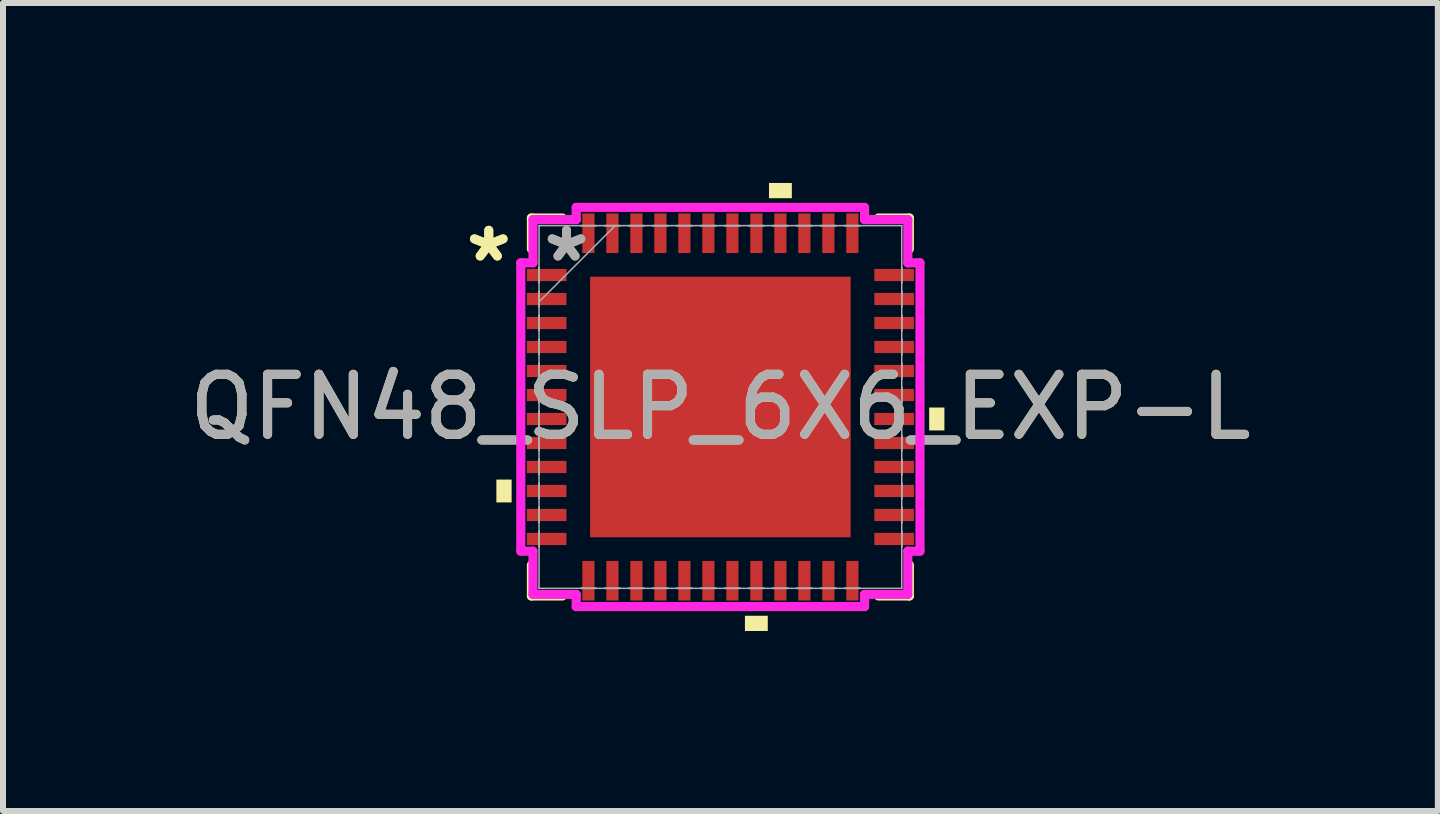
<source format=kicad_pcb>
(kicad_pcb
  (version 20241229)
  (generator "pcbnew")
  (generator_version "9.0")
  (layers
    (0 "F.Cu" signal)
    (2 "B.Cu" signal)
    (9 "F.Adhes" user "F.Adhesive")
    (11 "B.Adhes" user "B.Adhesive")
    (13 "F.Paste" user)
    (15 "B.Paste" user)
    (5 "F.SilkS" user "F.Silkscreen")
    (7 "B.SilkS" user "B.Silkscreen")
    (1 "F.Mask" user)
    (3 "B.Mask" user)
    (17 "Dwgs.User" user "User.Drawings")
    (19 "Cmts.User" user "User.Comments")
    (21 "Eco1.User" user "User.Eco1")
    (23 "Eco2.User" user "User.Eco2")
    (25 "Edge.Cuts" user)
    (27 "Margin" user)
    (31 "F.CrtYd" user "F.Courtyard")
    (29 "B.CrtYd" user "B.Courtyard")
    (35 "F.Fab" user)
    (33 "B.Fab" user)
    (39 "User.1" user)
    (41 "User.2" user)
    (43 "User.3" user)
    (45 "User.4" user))
  (footprint "QFN48_SLP_6X6_EXP-L"
    (layer "F.Cu")
    (at 8.958 3.734)
    (property "Reference" "QFN48_SLP_6X6_EXP-L" (at 0 0 0) (unlocked yes) (layer "F.SilkS") (effects (font (size 1 1) (thickness 0.15))))
    (attr smd)
    (fp_line (start -3.15 -3.15) (end -3.15 -2.634) (stroke (width 0.152) (type solid)) (layer "F.SilkS"))
    (fp_line (start -3.15 2.634) (end -3.15 3.15) (stroke (width 0.152) (type solid)) (layer "F.SilkS"))
    (fp_line (start -3.15 3.15) (end -2.634 3.15) (stroke (width 0.152) (type solid)) (layer "F.SilkS"))
    (fp_line (start -2.634 -3.15) (end -3.15 -3.15) (stroke (width 0.152) (type solid)) (layer "F.SilkS"))
    (fp_line (start 2.634 3.15) (end 3.15 3.15) (stroke (width 0.152) (type solid)) (layer "F.SilkS"))
    (fp_line (start 3.15 -3.15) (end 2.634 -3.15) (stroke (width 0.152) (type solid)) (layer "F.SilkS"))
    (fp_line (start 3.15 -2.634) (end 3.15 -3.15) (stroke (width 0.152) (type solid)) (layer "F.SilkS"))
    (fp_line (start 3.15 3.15) (end 3.15 2.634) (stroke (width 0.152) (type solid)) (layer "F.SilkS"))
    (fp_poly (pts (xy -3.734 1.21) (xy -3.734 1.591) (xy -3.48 1.591) (xy -3.48 1.21)) (stroke (width 0) (type solid)) (fill yes) (layer "F.SilkS"))
    (fp_poly (pts (xy 0.409 3.48) (xy 0.409 3.734) (xy 0.79 3.734) (xy 0.79 3.48)) (stroke (width 0) (type solid)) (fill yes) (layer "F.SilkS"))
    (fp_poly (pts (xy 0.81 -3.48) (xy 0.81 -3.734) (xy 1.191 -3.734) (xy 1.191 -3.48)) (stroke (width 0) (type solid)) (fill yes) (layer "F.SilkS"))
    (fp_poly (pts (xy 3.734 0.009) (xy 3.734 0.391) (xy 3.48 0.391) (xy 3.48 0.009)) (stroke (width 0) (type solid)) (fill yes) (layer "F.SilkS"))
    (fp_poly (pts (xy -2.072 -2.072) (xy -2.072 -0.824) (xy -0.824 -0.824) (xy -0.824 -2.072)) (stroke (width 0) (type solid)) (fill yes) (layer "F.Paste"))
    (fp_poly (pts (xy -2.072 -0.624) (xy -2.072 0.624) (xy -0.824 0.624) (xy -0.824 -0.624)) (stroke (width 0) (type solid)) (fill yes) (layer "F.Paste"))
    (fp_poly (pts (xy -2.072 0.824) (xy -2.072 2.072) (xy -0.824 2.072) (xy -0.824 0.824)) (stroke (width 0) (type solid)) (fill yes) (layer "F.Paste"))
    (fp_poly (pts (xy -0.624 -2.072) (xy -0.624 -0.824) (xy 0.624 -0.824) (xy 0.624 -2.072)) (stroke (width 0) (type solid)) (fill yes) (layer "F.Paste"))
    (fp_poly (pts (xy -0.624 -0.624) (xy -0.624 0.624) (xy 0.624 0.624) (xy 0.624 -0.624)) (stroke (width 0) (type solid)) (fill yes) (layer "F.Paste"))
    (fp_poly (pts (xy -0.624 0.824) (xy -0.624 2.072) (xy 0.624 2.072) (xy 0.624 0.824)) (stroke (width 0) (type solid)) (fill yes) (layer "F.Paste"))
    (fp_poly (pts (xy 0.824 -2.072) (xy 0.824 -0.824) (xy 2.072 -0.824) (xy 2.072 -2.072)) (stroke (width 0) (type solid)) (fill yes) (layer "F.Paste"))
    (fp_poly (pts (xy 0.824 -0.624) (xy 0.824 0.624) (xy 2.072 0.624) (xy 2.072 -0.624)) (stroke (width 0) (type solid)) (fill yes) (layer "F.Paste"))
    (fp_poly (pts (xy 0.824 0.824) (xy 0.824 2.072) (xy 2.072 2.072) (xy 2.072 0.824)) (stroke (width 0) (type solid)) (fill yes) (layer "F.Paste"))
    (fp_line (start -3.327 -2.403) (end -3.124 -2.403) (stroke (width 0.152) (type solid)) (layer "F.CrtYd"))
    (fp_line (start -3.327 2.403) (end -3.327 -2.403) (stroke (width 0.152) (type solid)) (layer "F.CrtYd"))
    (fp_line (start -3.124 -3.124) (end -2.403 -3.124) (stroke (width 0.152) (type solid)) (layer "F.CrtYd"))
    (fp_line (start -3.124 -2.403) (end -3.124 -3.124) (stroke (width 0.152) (type solid)) (layer "F.CrtYd"))
    (fp_line (start -3.124 2.403) (end -3.327 2.403) (stroke (width 0.152) (type solid)) (layer "F.CrtYd"))
    (fp_line (start -3.124 3.124) (end -3.124 2.403) (stroke (width 0.152) (type solid)) (layer "F.CrtYd"))
    (fp_line (start -2.403 -3.327) (end 2.403 -3.327) (stroke (width 0.152) (type solid)) (layer "F.CrtYd"))
    (fp_line (start -2.403 -3.124) (end -2.403 -3.327) (stroke (width 0.152) (type solid)) (layer "F.CrtYd"))
    (fp_line (start -2.403 3.124) (end -3.124 3.124) (stroke (width 0.152) (type solid)) (layer "F.CrtYd"))
    (fp_line (start -2.403 3.327) (end -2.403 3.124) (stroke (width 0.152) (type solid)) (layer "F.CrtYd"))
    (fp_line (start 2.403 -3.327) (end 2.403 -3.124) (stroke (width 0.152) (type solid)) (layer "F.CrtYd"))
    (fp_line (start 2.403 -3.124) (end 3.124 -3.124) (stroke (width 0.152) (type solid)) (layer "F.CrtYd"))
    (fp_line (start 2.403 3.124) (end 2.403 3.327) (stroke (width 0.152) (type solid)) (layer "F.CrtYd"))
    (fp_line (start 2.403 3.327) (end -2.403 3.327) (stroke (width 0.152) (type solid)) (layer "F.CrtYd"))
    (fp_line (start 3.124 -3.124) (end 3.124 -2.403) (stroke (width 0.152) (type solid)) (layer "F.CrtYd"))
    (fp_line (start 3.124 -2.403) (end 3.327 -2.403) (stroke (width 0.152) (type solid)) (layer "F.CrtYd"))
    (fp_line (start 3.124 2.403) (end 3.124 3.124) (stroke (width 0.152) (type solid)) (layer "F.CrtYd"))
    (fp_line (start 3.124 3.124) (end 2.403 3.124) (stroke (width 0.152) (type solid)) (layer "F.CrtYd"))
    (fp_line (start 3.327 -2.403) (end 3.327 2.403) (stroke (width 0.152) (type solid)) (layer "F.CrtYd"))
    (fp_line (start 3.327 2.403) (end 3.124 2.403) (stroke (width 0.152) (type solid)) (layer "F.CrtYd"))
    (fp_line (start -3.023 -3.023) (end -3.023 -3.023) (stroke (width 0.025) (type solid)) (layer "F.Fab"))
    (fp_line (start -3.023 -3.023) (end -3.023 3.023) (stroke (width 0.025) (type solid)) (layer "F.Fab"))
    (fp_line (start -3.023 -2.327) (end -3.023 -2.327) (stroke (width 0.025) (type solid)) (layer "F.Fab"))
    (fp_line (start -3.023 -2.327) (end -3.023 -2.073) (stroke (width 0.025) (type solid)) (layer "F.Fab"))
    (fp_line (start -3.023 -2.073) (end -3.023 -2.327) (stroke (width 0.025) (type solid)) (layer "F.Fab"))
    (fp_line (start -3.023 -2.073) (end -3.023 -2.073) (stroke (width 0.025) (type solid)) (layer "F.Fab"))
    (fp_line (start -3.023 -1.927) (end -3.023 -1.927) (stroke (width 0.025) (type solid)) (layer "F.Fab"))
    (fp_line (start -3.023 -1.927) (end -3.023 -1.673) (stroke (width 0.025) (type solid)) (layer "F.Fab"))
    (fp_line (start -3.023 -1.753) (end -1.753 -3.023) (stroke (width 0.025) (type solid)) (layer "F.Fab"))
    (fp_line (start -3.023 -1.673) (end -3.023 -1.927) (stroke (width 0.025) (type solid)) (layer "F.Fab"))
    (fp_line (start -3.023 -1.673) (end -3.023 -1.673) (stroke (width 0.025) (type solid)) (layer "F.Fab"))
    (fp_line (start -3.023 -1.527) (end -3.023 -1.527) (stroke (width 0.025) (type solid)) (layer "F.Fab"))
    (fp_line (start -3.023 -1.527) (end -3.023 -1.273) (stroke (width 0.025) (type solid)) (layer "F.Fab"))
    (fp_line (start -3.023 -1.273) (end -3.023 -1.527) (stroke (width 0.025) (type solid)) (layer "F.Fab"))
    (fp_line (start -3.023 -1.273) (end -3.023 -1.273) (stroke (width 0.025) (type solid)) (layer "F.Fab"))
    (fp_line (start -3.023 -1.127) (end -3.023 -1.127) (stroke (width 0.025) (type solid)) (layer "F.Fab"))
    (fp_line (start -3.023 -1.127) (end -3.023 -0.873) (stroke (width 0.025) (type solid)) (layer "F.Fab"))
    (fp_line (start -3.023 -0.873) (end -3.023 -1.127) (stroke (width 0.025) (type solid)) (layer "F.Fab"))
    (fp_line (start -3.023 -0.873) (end -3.023 -0.873) (stroke (width 0.025) (type solid)) (layer "F.Fab"))
    (fp_line (start -3.023 -0.727) (end -3.023 -0.727) (stroke (width 0.025) (type solid)) (layer "F.Fab"))
    (fp_line (start -3.023 -0.727) (end -3.023 -0.473) (stroke (width 0.025) (type solid)) (layer "F.Fab"))
    (fp_line (start -3.023 -0.473) (end -3.023 -0.727) (stroke (width 0.025) (type solid)) (layer "F.Fab"))
    (fp_line (start -3.023 -0.473) (end -3.023 -0.473) (stroke (width 0.025) (type solid)) (layer "F.Fab"))
    (fp_line (start -3.023 -0.327) (end -3.023 -0.327) (stroke (width 0.025) (type solid)) (layer "F.Fab"))
    (fp_line (start -3.023 -0.327) (end -3.023 -0.073) (stroke (width 0.025) (type solid)) (layer "F.Fab"))
    (fp_line (start -3.023 -0.073) (end -3.023 -0.327) (stroke (width 0.025) (type solid)) (layer "F.Fab"))
    (fp_line (start -3.023 -0.073) (end -3.023 -0.073) (stroke (width 0.025) (type solid)) (layer "F.Fab"))
    (fp_line (start -3.023 0.073) (end -3.023 0.073) (stroke (width 0.025) (type solid)) (layer "F.Fab"))
    (fp_line (start -3.023 0.073) (end -3.023 0.327) (stroke (width 0.025) (type solid)) (layer "F.Fab"))
    (fp_line (start -3.023 0.327) (end -3.023 0.073) (stroke (width 0.025) (type solid)) (layer "F.Fab"))
    (fp_line (start -3.023 0.327) (end -3.023 0.327) (stroke (width 0.025) (type solid)) (layer "F.Fab"))
    (fp_line (start -3.023 0.473) (end -3.023 0.473) (stroke (width 0.025) (type solid)) (layer "F.Fab"))
    (fp_line (start -3.023 0.473) (end -3.023 0.727) (stroke (width 0.025) (type solid)) (layer "F.Fab"))
    (fp_line (start -3.023 0.727) (end -3.023 0.473) (stroke (width 0.025) (type solid)) (layer "F.Fab"))
    (fp_line (start -3.023 0.727) (end -3.023 0.727) (stroke (width 0.025) (type solid)) (layer "F.Fab"))
    (fp_line (start -3.023 0.873) (end -3.023 0.873) (stroke (width 0.025) (type solid)) (layer "F.Fab"))
    (fp_line (start -3.023 0.873) (end -3.023 1.127) (stroke (width 0.025) (type solid)) (layer "F.Fab"))
    (fp_line (start -3.023 1.127) (end -3.023 0.873) (stroke (width 0.025) (type solid)) (layer "F.Fab"))
    (fp_line (start -3.023 1.127) (end -3.023 1.127) (stroke (width 0.025) (type solid)) (layer "F.Fab"))
    (fp_line (start -3.023 1.273) (end -3.023 1.273) (stroke (width 0.025) (type solid)) (layer "F.Fab"))
    (fp_line (start -3.023 1.273) (end -3.023 1.527) (stroke (width 0.025) (type solid)) (layer "F.Fab"))
    (fp_line (start -3.023 1.527) (end -3.023 1.273) (stroke (width 0.025) (type solid)) (layer "F.Fab"))
    (fp_line (start -3.023 1.527) (end -3.023 1.527) (stroke (width 0.025) (type solid)) (layer "F.Fab"))
    (fp_line (start -3.023 1.673) (end -3.023 1.673) (stroke (width 0.025) (type solid)) (layer "F.Fab"))
    (fp_line (start -3.023 1.673) (end -3.023 1.927) (stroke (width 0.025) (type solid)) (layer "F.Fab"))
    (fp_line (start -3.023 1.927) (end -3.023 1.673) (stroke (width 0.025) (type solid)) (layer "F.Fab"))
    (fp_line (start -3.023 1.927) (end -3.023 1.927) (stroke (width 0.025) (type solid)) (layer "F.Fab"))
    (fp_line (start -3.023 2.073) (end -3.023 2.073) (stroke (width 0.025) (type solid)) (layer "F.Fab"))
    (fp_line (start -3.023 2.073) (end -3.023 2.327) (stroke (width 0.025) (type solid)) (layer "F.Fab"))
    (fp_line (start -3.023 2.327) (end -3.023 2.073) (stroke (width 0.025) (type solid)) (layer "F.Fab"))
    (fp_line (start -3.023 2.327) (end -3.023 2.327) (stroke (width 0.025) (type solid)) (layer "F.Fab"))
    (fp_line (start -3.023 3.023) (end -3.023 3.023) (stroke (width 0.025) (type solid)) (layer "F.Fab"))
    (fp_line (start -3.023 3.023) (end 3.023 3.023) (stroke (width 0.025) (type solid)) (layer "F.Fab"))
    (fp_line (start -2.327 -3.023) (end -2.327 -3.023) (stroke (width 0.025) (type solid)) (layer "F.Fab"))
    (fp_line (start -2.327 -3.023) (end -2.073 -3.023) (stroke (width 0.025) (type solid)) (layer "F.Fab"))
    (fp_line (start -2.327 3.023) (end -2.327 3.023) (stroke (width 0.025) (type solid)) (layer "F.Fab"))
    (fp_line (start -2.327 3.023) (end -2.073 3.023) (stroke (width 0.025) (type solid)) (layer "F.Fab"))
    (fp_line (start -2.073 -3.023) (end -2.327 -3.023) (stroke (width 0.025) (type solid)) (layer "F.Fab"))
    (fp_line (start -2.073 -3.023) (end -2.073 -3.023) (stroke (width 0.025) (type solid)) (layer "F.Fab"))
    (fp_line (start -2.073 3.023) (end -2.327 3.023) (stroke (width 0.025) (type solid)) (layer "F.Fab"))
    (fp_line (start -2.073 3.023) (end -2.073 3.023) (stroke (width 0.025) (type solid)) (layer "F.Fab"))
    (fp_line (start -1.927 -3.023) (end -1.927 -3.023) (stroke (width 0.025) (type solid)) (layer "F.Fab"))
    (fp_line (start -1.927 -3.023) (end -1.673 -3.023) (stroke (width 0.025) (type solid)) (layer "F.Fab"))
    (fp_line (start -1.927 3.023) (end -1.927 3.023) (stroke (width 0.025) (type solid)) (layer "F.Fab"))
    (fp_line (start -1.927 3.023) (end -1.673 3.023) (stroke (width 0.025) (type solid)) (layer "F.Fab"))
    (fp_line (start -1.673 -3.023) (end -1.927 -3.023) (stroke (width 0.025) (type solid)) (layer "F.Fab"))
    (fp_line (start -1.673 -3.023) (end -1.673 -3.023) (stroke (width 0.025) (type solid)) (layer "F.Fab"))
    (fp_line (start -1.673 3.023) (end -1.927 3.023) (stroke (width 0.025) (type solid)) (layer "F.Fab"))
    (fp_line (start -1.673 3.023) (end -1.673 3.023) (stroke (width 0.025) (type solid)) (layer "F.Fab"))
    (fp_line (start -1.527 -3.023) (end -1.527 -3.023) (stroke (width 0.025) (type solid)) (layer "F.Fab"))
    (fp_line (start -1.527 -3.023) (end -1.273 -3.023) (stroke (width 0.025) (type solid)) (layer "F.Fab"))
    (fp_line (start -1.527 3.023) (end -1.527 3.023) (stroke (width 0.025) (type solid)) (layer "F.Fab"))
    (fp_line (start -1.527 3.023) (end -1.273 3.023) (stroke (width 0.025) (type solid)) (layer "F.Fab"))
    (fp_line (start -1.273 -3.023) (end -1.527 -3.023) (stroke (width 0.025) (type solid)) (layer "F.Fab"))
    (fp_line (start -1.273 -3.023) (end -1.273 -3.023) (stroke (width 0.025) (type solid)) (layer "F.Fab"))
    (fp_line (start -1.273 3.023) (end -1.527 3.023) (stroke (width 0.025) (type solid)) (layer "F.Fab"))
    (fp_line (start -1.273 3.023) (end -1.273 3.023) (stroke (width 0.025) (type solid)) (layer "F.Fab"))
    (fp_line (start -1.127 -3.023) (end -1.127 -3.023) (stroke (width 0.025) (type solid)) (layer "F.Fab"))
    (fp_line (start -1.127 -3.023) (end -0.873 -3.023) (stroke (width 0.025) (type solid)) (layer "F.Fab"))
    (fp_line (start -1.127 3.023) (end -1.127 3.023) (stroke (width 0.025) (type solid)) (layer "F.Fab"))
    (fp_line (start -1.127 3.023) (end -0.873 3.023) (stroke (width 0.025) (type solid)) (layer "F.Fab"))
    (fp_line (start -0.873 -3.023) (end -1.127 -3.023) (stroke (width 0.025) (type solid)) (layer "F.Fab"))
    (fp_line (start -0.873 -3.023) (end -0.873 -3.023) (stroke (width 0.025) (type solid)) (layer "F.Fab"))
    (fp_line (start -0.873 3.023) (end -1.127 3.023) (stroke (width 0.025) (type solid)) (layer "F.Fab"))
    (fp_line (start -0.873 3.023) (end -0.873 3.023) (stroke (width 0.025) (type solid)) (layer "F.Fab"))
    (fp_line (start -0.727 -3.023) (end -0.727 -3.023) (stroke (width 0.025) (type solid)) (layer "F.Fab"))
    (fp_line (start -0.727 -3.023) (end -0.473 -3.023) (stroke (width 0.025) (type solid)) (layer "F.Fab"))
    (fp_line (start -0.727 3.023) (end -0.727 3.023) (stroke (width 0.025) (type solid)) (layer "F.Fab"))
    (fp_line (start -0.727 3.023) (end -0.473 3.023) (stroke (width 0.025) (type solid)) (layer "F.Fab"))
    (fp_line (start -0.473 -3.023) (end -0.727 -3.023) (stroke (width 0.025) (type solid)) (layer "F.Fab"))
    (fp_line (start -0.473 -3.023) (end -0.473 -3.023) (stroke (width 0.025) (type solid)) (layer "F.Fab"))
    (fp_line (start -0.473 3.023) (end -0.727 3.023) (stroke (width 0.025) (type solid)) (layer "F.Fab"))
    (fp_line (start -0.473 3.023) (end -0.473 3.023) (stroke (width 0.025) (type solid)) (layer "F.Fab"))
    (fp_line (start -0.327 -3.023) (end -0.327 -3.023) (stroke (width 0.025) (type solid)) (layer "F.Fab"))
    (fp_line (start -0.327 -3.023) (end -0.073 -3.023) (stroke (width 0.025) (type solid)) (layer "F.Fab"))
    (fp_line (start -0.327 3.023) (end -0.327 3.023) (stroke (width 0.025) (type solid)) (layer "F.Fab"))
    (fp_line (start -0.327 3.023) (end -0.073 3.023) (stroke (width 0.025) (type solid)) (layer "F.Fab"))
    (fp_line (start -0.073 -3.023) (end -0.327 -3.023) (stroke (width 0.025) (type solid)) (layer "F.Fab"))
    (fp_line (start -0.073 -3.023) (end -0.073 -3.023) (stroke (width 0.025) (type solid)) (layer "F.Fab"))
    (fp_line (start -0.073 3.023) (end -0.327 3.023) (stroke (width 0.025) (type solid)) (layer "F.Fab"))
    (fp_line (start -0.073 3.023) (end -0.073 3.023) (stroke (width 0.025) (type solid)) (layer "F.Fab"))
    (fp_line (start 0.073 -3.023) (end 0.073 -3.023) (stroke (width 0.025) (type solid)) (layer "F.Fab"))
    (fp_line (start 0.073 -3.023) (end 0.327 -3.023) (stroke (width 0.025) (type solid)) (layer "F.Fab"))
    (fp_line (start 0.073 3.023) (end 0.073 3.023) (stroke (width 0.025) (type solid)) (layer "F.Fab"))
    (fp_line (start 0.073 3.023) (end 0.327 3.023) (stroke (width 0.025) (type solid)) (layer "F.Fab"))
    (fp_line (start 0.327 -3.023) (end 0.073 -3.023) (stroke (width 0.025) (type solid)) (layer "F.Fab"))
    (fp_line (start 0.327 -3.023) (end 0.327 -3.023) (stroke (width 0.025) (type solid)) (layer "F.Fab"))
    (fp_line (start 0.327 3.023) (end 0.073 3.023) (stroke (width 0.025) (type solid)) (layer "F.Fab"))
    (fp_line (start 0.327 3.023) (end 0.327 3.023) (stroke (width 0.025) (type solid)) (layer "F.Fab"))
    (fp_line (start 0.473 -3.023) (end 0.473 -3.023) (stroke (width 0.025) (type solid)) (layer "F.Fab"))
    (fp_line (start 0.473 -3.023) (end 0.727 -3.023) (stroke (width 0.025) (type solid)) (layer "F.Fab"))
    (fp_line (start 0.473 3.023) (end 0.473 3.023) (stroke (width 0.025) (type solid)) (layer "F.Fab"))
    (fp_line (start 0.473 3.023) (end 0.727 3.023) (stroke (width 0.025) (type solid)) (layer "F.Fab"))
    (fp_line (start 0.727 -3.023) (end 0.473 -3.023) (stroke (width 0.025) (type solid)) (layer "F.Fab"))
    (fp_line (start 0.727 -3.023) (end 0.727 -3.023) (stroke (width 0.025) (type solid)) (layer "F.Fab"))
    (fp_line (start 0.727 3.023) (end 0.473 3.023) (stroke (width 0.025) (type solid)) (layer "F.Fab"))
    (fp_line (start 0.727 3.023) (end 0.727 3.023) (stroke (width 0.025) (type solid)) (layer "F.Fab"))
    (fp_line (start 0.873 -3.023) (end 0.873 -3.023) (stroke (width 0.025) (type solid)) (layer "F.Fab"))
    (fp_line (start 0.873 -3.023) (end 1.127 -3.023) (stroke (width 0.025) (type solid)) (layer "F.Fab"))
    (fp_line (start 0.873 3.023) (end 0.873 3.023) (stroke (width 0.025) (type solid)) (layer "F.Fab"))
    (fp_line (start 0.873 3.023) (end 1.127 3.023) (stroke (width 0.025) (type solid)) (layer "F.Fab"))
    (fp_line (start 1.127 -3.023) (end 0.873 -3.023) (stroke (width 0.025) (type solid)) (layer "F.Fab"))
    (fp_line (start 1.127 -3.023) (end 1.127 -3.023) (stroke (width 0.025) (type solid)) (layer "F.Fab"))
    (fp_line (start 1.127 3.023) (end 0.873 3.023) (stroke (width 0.025) (type solid)) (layer "F.Fab"))
    (fp_line (start 1.127 3.023) (end 1.127 3.023) (stroke (width 0.025) (type solid)) (layer "F.Fab"))
    (fp_line (start 1.273 -3.023) (end 1.273 -3.023) (stroke (width 0.025) (type solid)) (layer "F.Fab"))
    (fp_line (start 1.273 -3.023) (end 1.527 -3.023) (stroke (width 0.025) (type solid)) (layer "F.Fab"))
    (fp_line (start 1.273 3.023) (end 1.273 3.023) (stroke (width 0.025) (type solid)) (layer "F.Fab"))
    (fp_line (start 1.273 3.023) (end 1.527 3.023) (stroke (width 0.025) (type solid)) (layer "F.Fab"))
    (fp_line (start 1.527 -3.023) (end 1.273 -3.023) (stroke (width 0.025) (type solid)) (layer "F.Fab"))
    (fp_line (start 1.527 -3.023) (end 1.527 -3.023) (stroke (width 0.025) (type solid)) (layer "F.Fab"))
    (fp_line (start 1.527 3.023) (end 1.273 3.023) (stroke (width 0.025) (type solid)) (layer "F.Fab"))
    (fp_line (start 1.527 3.023) (end 1.527 3.023) (stroke (width 0.025) (type solid)) (layer "F.Fab"))
    (fp_line (start 1.673 -3.023) (end 1.673 -3.023) (stroke (width 0.025) (type solid)) (layer "F.Fab"))
    (fp_line (start 1.673 -3.023) (end 1.927 -3.023) (stroke (width 0.025) (type solid)) (layer "F.Fab"))
    (fp_line (start 1.673 3.023) (end 1.673 3.023) (stroke (width 0.025) (type solid)) (layer "F.Fab"))
    (fp_line (start 1.673 3.023) (end 1.927 3.023) (stroke (width 0.025) (type solid)) (layer "F.Fab"))
    (fp_line (start 1.927 -3.023) (end 1.673 -3.023) (stroke (width 0.025) (type solid)) (layer "F.Fab"))
    (fp_line (start 1.927 -3.023) (end 1.927 -3.023) (stroke (width 0.025) (type solid)) (layer "F.Fab"))
    (fp_line (start 1.927 3.023) (end 1.673 3.023) (stroke (width 0.025) (type solid)) (layer "F.Fab"))
    (fp_line (start 1.927 3.023) (end 1.927 3.023) (stroke (width 0.025) (type solid)) (layer "F.Fab"))
    (fp_line (start 2.073 -3.023) (end 2.073 -3.023) (stroke (width 0.025) (type solid)) (layer "F.Fab"))
    (fp_line (start 2.073 -3.023) (end 2.327 -3.023) (stroke (width 0.025) (type solid)) (layer "F.Fab"))
    (fp_line (start 2.073 3.023) (end 2.073 3.023) (stroke (width 0.025) (type solid)) (layer "F.Fab"))
    (fp_line (start 2.073 3.023) (end 2.327 3.023) (stroke (width 0.025) (type solid)) (layer "F.Fab"))
    (fp_line (start 2.327 -3.023) (end 2.073 -3.023) (stroke (width 0.025) (type solid)) (layer "F.Fab"))
    (fp_line (start 2.327 -3.023) (end 2.327 -3.023) (stroke (width 0.025) (type solid)) (layer "F.Fab"))
    (fp_line (start 2.327 3.023) (end 2.073 3.023) (stroke (width 0.025) (type solid)) (layer "F.Fab"))
    (fp_line (start 2.327 3.023) (end 2.327 3.023) (stroke (width 0.025) (type solid)) (layer "F.Fab"))
    (fp_line (start 3.023 -3.023) (end -3.023 -3.023) (stroke (width 0.025) (type solid)) (layer "F.Fab"))
    (fp_line (start 3.023 -3.023) (end 3.023 -3.023) (stroke (width 0.025) (type solid)) (layer "F.Fab"))
    (fp_line (start 3.023 -2.327) (end 3.023 -2.327) (stroke (width 0.025) (type solid)) (layer "F.Fab"))
    (fp_line (start 3.023 -2.327) (end 3.023 -2.073) (stroke (width 0.025) (type solid)) (layer "F.Fab"))
    (fp_line (start 3.023 -2.073) (end 3.023 -2.327) (stroke (width 0.025) (type solid)) (layer "F.Fab"))
    (fp_line (start 3.023 -2.073) (end 3.023 -2.073) (stroke (width 0.025) (type solid)) (layer "F.Fab"))
    (fp_line (start 3.023 -1.927) (end 3.023 -1.927) (stroke (width 0.025) (type solid)) (layer "F.Fab"))
    (fp_line (start 3.023 -1.927) (end 3.023 -1.673) (stroke (width 0.025) (type solid)) (layer "F.Fab"))
    (fp_line (start 3.023 -1.673) (end 3.023 -1.927) (stroke (width 0.025) (type solid)) (layer "F.Fab"))
    (fp_line (start 3.023 -1.673) (end 3.023 -1.673) (stroke (width 0.025) (type solid)) (layer "F.Fab"))
    (fp_line (start 3.023 -1.527) (end 3.023 -1.527) (stroke (width 0.025) (type solid)) (layer "F.Fab"))
    (fp_line (start 3.023 -1.527) (end 3.023 -1.273) (stroke (width 0.025) (type solid)) (layer "F.Fab"))
    (fp_line (start 3.023 -1.273) (end 3.023 -1.527) (stroke (width 0.025) (type solid)) (layer "F.Fab"))
    (fp_line (start 3.023 -1.273) (end 3.023 -1.273) (stroke (width 0.025) (type solid)) (layer "F.Fab"))
    (fp_line (start 3.023 -1.127) (end 3.023 -1.127) (stroke (width 0.025) (type solid)) (layer "F.Fab"))
    (fp_line (start 3.023 -1.127) (end 3.023 -0.873) (stroke (width 0.025) (type solid)) (layer "F.Fab"))
    (fp_line (start 3.023 -0.873) (end 3.023 -1.127) (stroke (width 0.025) (type solid)) (layer "F.Fab"))
    (fp_line (start 3.023 -0.873) (end 3.023 -0.873) (stroke (width 0.025) (type solid)) (layer "F.Fab"))
    (fp_line (start 3.023 -0.727) (end 3.023 -0.727) (stroke (width 0.025) (type solid)) (layer "F.Fab"))
    (fp_line (start 3.023 -0.727) (end 3.023 -0.473) (stroke (width 0.025) (type solid)) (layer "F.Fab"))
    (fp_line (start 3.023 -0.473) (end 3.023 -0.727) (stroke (width 0.025) (type solid)) (layer "F.Fab"))
    (fp_line (start 3.023 -0.473) (end 3.023 -0.473) (stroke (width 0.025) (type solid)) (layer "F.Fab"))
    (fp_line (start 3.023 -0.327) (end 3.023 -0.327) (stroke (width 0.025) (type solid)) (layer "F.Fab"))
    (fp_line (start 3.023 -0.327) (end 3.023 -0.073) (stroke (width 0.025) (type solid)) (layer "F.Fab"))
    (fp_line (start 3.023 -0.073) (end 3.023 -0.327) (stroke (width 0.025) (type solid)) (layer "F.Fab"))
    (fp_line (start 3.023 -0.073) (end 3.023 -0.073) (stroke (width 0.025) (type solid)) (layer "F.Fab"))
    (fp_line (start 3.023 0.073) (end 3.023 0.073) (stroke (width 0.025) (type solid)) (layer "F.Fab"))
    (fp_line (start 3.023 0.073) (end 3.023 0.327) (stroke (width 0.025) (type solid)) (layer "F.Fab"))
    (fp_line (start 3.023 0.327) (end 3.023 0.073) (stroke (width 0.025) (type solid)) (layer "F.Fab"))
    (fp_line (start 3.023 0.327) (end 3.023 0.327) (stroke (width 0.025) (type solid)) (layer "F.Fab"))
    (fp_line (start 3.023 0.473) (end 3.023 0.473) (stroke (width 0.025) (type solid)) (layer "F.Fab"))
    (fp_line (start 3.023 0.473) (end 3.023 0.727) (stroke (width 0.025) (type solid)) (layer "F.Fab"))
    (fp_line (start 3.023 0.727) (end 3.023 0.473) (stroke (width 0.025) (type solid)) (layer "F.Fab"))
    (fp_line (start 3.023 0.727) (end 3.023 0.727) (stroke (width 0.025) (type solid)) (layer "F.Fab"))
    (fp_line (start 3.023 0.873) (end 3.023 0.873) (stroke (width 0.025) (type solid)) (layer "F.Fab"))
    (fp_line (start 3.023 0.873) (end 3.023 1.127) (stroke (width 0.025) (type solid)) (layer "F.Fab"))
    (fp_line (start 3.023 1.127) (end 3.023 0.873) (stroke (width 0.025) (type solid)) (layer "F.Fab"))
    (fp_line (start 3.023 1.127) (end 3.023 1.127) (stroke (width 0.025) (type solid)) (layer "F.Fab"))
    (fp_line (start 3.023 1.273) (end 3.023 1.273) (stroke (width 0.025) (type solid)) (layer "F.Fab"))
    (fp_line (start 3.023 1.273) (end 3.023 1.527) (stroke (width 0.025) (type solid)) (layer "F.Fab"))
    (fp_line (start 3.023 1.527) (end 3.023 1.273) (stroke (width 0.025) (type solid)) (layer "F.Fab"))
    (fp_line (start 3.023 1.527) (end 3.023 1.527) (stroke (width 0.025) (type solid)) (layer "F.Fab"))
    (fp_line (start 3.023 1.673) (end 3.023 1.673) (stroke (width 0.025) (type solid)) (layer "F.Fab"))
    (fp_line (start 3.023 1.673) (end 3.023 1.927) (stroke (width 0.025) (type solid)) (layer "F.Fab"))
    (fp_line (start 3.023 1.927) (end 3.023 1.673) (stroke (width 0.025) (type solid)) (layer "F.Fab"))
    (fp_line (start 3.023 1.927) (end 3.023 1.927) (stroke (width 0.025) (type solid)) (layer "F.Fab"))
    (fp_line (start 3.023 2.073) (end 3.023 2.073) (stroke (width 0.025) (type solid)) (layer "F.Fab"))
    (fp_line (start 3.023 2.073) (end 3.023 2.327) (stroke (width 0.025) (type solid)) (layer "F.Fab"))
    (fp_line (start 3.023 2.327) (end 3.023 2.073) (stroke (width 0.025) (type solid)) (layer "F.Fab"))
    (fp_line (start 3.023 2.327) (end 3.023 2.327) (stroke (width 0.025) (type solid)) (layer "F.Fab"))
    (fp_line (start 3.023 3.023) (end 3.023 -3.023) (stroke (width 0.025) (type solid)) (layer "F.Fab"))
    (fp_line (start 3.023 3.023) (end 3.023 3.023) (stroke (width 0.025) (type solid)) (layer "F.Fab"))
    (fp_text user "*" (at -3.861 -2.4 0) (layer "F.SilkS") (effects (font (size 1 1) (thickness 0.15))))
    (fp_text user "*" (at -3.861 -2.4 0) (unlocked yes) (layer "F.SilkS") (effects (font (size 1 1) (thickness 0.15))))
    (fp_text user "*" (at -2.565 -2.4 0) (unlocked yes) (layer "F.Fab") (effects (font (size 1 1) (thickness 0.15))))
    (fp_text user "*" (at -2.565 -2.4 0) (layer "F.Fab") (effects (font (size 1 1) (thickness 0.15))))
    (fp_text user "${REFERENCE}" (at 0 0 0) (unlocked yes) (layer "F.Fab") (effects (font (size 1 1) (thickness 0.15))))
    (pad "1" smd rect (at -2.896 -2.2 90) (size 0.203 0.66) (layers "F.Cu" "F.Mask" "F.Paste"))
    (pad "2" smd rect (at -2.896 -1.8 90) (size 0.203 0.66) (layers "F.Cu" "F.Mask" "F.Paste"))
    (pad "3" smd rect (at -2.896 -1.4 90) (size 0.203 0.66) (layers "F.Cu" "F.Mask" "F.Paste"))
    (pad "4" smd rect (at -2.896 -1 90) (size 0.203 0.66) (layers "F.Cu" "F.Mask" "F.Paste"))
    (pad "5" smd rect (at -2.896 -0.6 90) (size 0.203 0.66) (layers "F.Cu" "F.Mask" "F.Paste"))
    (pad "6" smd rect (at -2.896 -0.2 90) (size 0.203 0.66) (layers "F.Cu" "F.Mask" "F.Paste"))
    (pad "7" smd rect (at -2.896 0.2 90) (size 0.203 0.66) (layers "F.Cu" "F.Mask" "F.Paste"))
    (pad "8" smd rect (at -2.896 0.6 90) (size 0.203 0.66) (layers "F.Cu" "F.Mask" "F.Paste"))
    (pad "9" smd rect (at -2.896 1 90) (size 0.203 0.66) (layers "F.Cu" "F.Mask" "F.Paste"))
    (pad "10" smd rect (at -2.896 1.4 90) (size 0.203 0.66) (layers "F.Cu" "F.Mask" "F.Paste"))
    (pad "11" smd rect (at -2.896 1.8 90) (size 0.203 0.66) (layers "F.Cu" "F.Mask" "F.Paste"))
    (pad "12" smd rect (at -2.896 2.2 90) (size 0.203 0.66) (layers "F.Cu" "F.Mask" "F.Paste"))
    (pad "13" smd rect (at -2.2 2.896) (size 0.203 0.66) (layers "F.Cu" "F.Mask" "F.Paste"))
    (pad "14" smd rect (at -1.8 2.896) (size 0.203 0.66) (layers "F.Cu" "F.Mask" "F.Paste"))
    (pad "15" smd rect (at -1.4 2.896) (size 0.203 0.66) (layers "F.Cu" "F.Mask" "F.Paste"))
    (pad "16" smd rect (at -1 2.896) (size 0.203 0.66) (layers "F.Cu" "F.Mask" "F.Paste"))
    (pad "17" smd rect (at -0.6 2.896) (size 0.203 0.66) (layers "F.Cu" "F.Mask" "F.Paste"))
    (pad "18" smd rect (at -0.2 2.896) (size 0.203 0.66) (layers "F.Cu" "F.Mask" "F.Paste"))
    (pad "19" smd rect (at 0.2 2.896) (size 0.203 0.66) (layers "F.Cu" "F.Mask" "F.Paste"))
    (pad "20" smd rect (at 0.6 2.896) (size 0.203 0.66) (layers "F.Cu" "F.Mask" "F.Paste"))
    (pad "21" smd rect (at 1 2.896) (size 0.203 0.66) (layers "F.Cu" "F.Mask" "F.Paste"))
    (pad "22" smd rect (at 1.4 2.896) (size 0.203 0.66) (layers "F.Cu" "F.Mask" "F.Paste"))
    (pad "23" smd rect (at 1.8 2.896) (size 0.203 0.66) (layers "F.Cu" "F.Mask" "F.Paste"))
    (pad "24" smd rect (at 2.2 2.896) (size 0.203 0.66) (layers "F.Cu" "F.Mask" "F.Paste"))
    (pad "25" smd rect (at 2.896 2.2 90) (size 0.203 0.66) (layers "F.Cu" "F.Mask" "F.Paste"))
    (pad "26" smd rect (at 2.896 1.8 90) (size 0.203 0.66) (layers "F.Cu" "F.Mask" "F.Paste"))
    (pad "27" smd rect (at 2.896 1.4 90) (size 0.203 0.66) (layers "F.Cu" "F.Mask" "F.Paste"))
    (pad "28" smd rect (at 2.896 1 90) (size 0.203 0.66) (layers "F.Cu" "F.Mask" "F.Paste"))
    (pad "29" smd rect (at 2.896 0.6 90) (size 0.203 0.66) (layers "F.Cu" "F.Mask" "F.Paste"))
    (pad "30" smd rect (at 2.896 0.2 90) (size 0.203 0.66) (layers "F.Cu" "F.Mask" "F.Paste"))
    (pad "31" smd rect (at 2.896 -0.2 90) (size 0.203 0.66) (layers "F.Cu" "F.Mask" "F.Paste"))
    (pad "32" smd rect (at 2.896 -0.6 90) (size 0.203 0.66) (layers "F.Cu" "F.Mask" "F.Paste"))
    (pad "33" smd rect (at 2.896 -1 90) (size 0.203 0.66) (layers "F.Cu" "F.Mask" "F.Paste"))
    (pad "34" smd rect (at 2.896 -1.4 90) (size 0.203 0.66) (layers "F.Cu" "F.Mask" "F.Paste"))
    (pad "35" smd rect (at 2.896 -1.8 90) (size 0.203 0.66) (layers "F.Cu" "F.Mask" "F.Paste"))
    (pad "36" smd rect (at 2.896 -2.2 90) (size 0.203 0.66) (layers "F.Cu" "F.Mask" "F.Paste"))
    (pad "37" smd rect (at 2.2 -2.896) (size 0.203 0.66) (layers "F.Cu" "F.Mask" "F.Paste"))
    (pad "38" smd rect (at 1.8 -2.896) (size 0.203 0.66) (layers "F.Cu" "F.Mask" "F.Paste"))
    (pad "39" smd rect (at 1.4 -2.896) (size 0.203 0.66) (layers "F.Cu" "F.Mask" "F.Paste"))
    (pad "40" smd rect (at 1 -2.896) (size 0.203 0.66) (layers "F.Cu" "F.Mask" "F.Paste"))
    (pad "41" smd rect (at 0.6 -2.896) (size 0.203 0.66) (layers "F.Cu" "F.Mask" "F.Paste"))
    (pad "42" smd rect (at 0.2 -2.896) (size 0.203 0.66) (layers "F.Cu" "F.Mask" "F.Paste"))
    (pad "43" smd rect (at -0.2 -2.896) (size 0.203 0.66) (layers "F.Cu" "F.Mask" "F.Paste"))
    (pad "44" smd rect (at -0.6 -2.896) (size 0.203 0.66) (layers "F.Cu" "F.Mask" "F.Paste"))
    (pad "45" smd rect (at -1 -2.896) (size 0.203 0.66) (layers "F.Cu" "F.Mask" "F.Paste"))
    (pad "46" smd rect (at -1.4 -2.896) (size 0.203 0.66) (layers "F.Cu" "F.Mask" "F.Paste"))
    (pad "47" smd rect (at -1.8 -2.896) (size 0.203 0.66) (layers "F.Cu" "F.Mask" "F.Paste"))
    (pad "48" smd rect (at -2.2 -2.896) (size 0.203 0.66) (layers "F.Cu" "F.Mask" "F.Paste"))
    (pad "49" smd rect (at 0 0) (size 4.343 4.343) (layers "F.Cu" "F.Mask")))
  (gr_rect
    (start -3 -3)
    (end 20.917 10.468)
    (stroke (width 0.1) (type default))
    (fill no)
    (layer "Edge.Cuts")))
</source>
